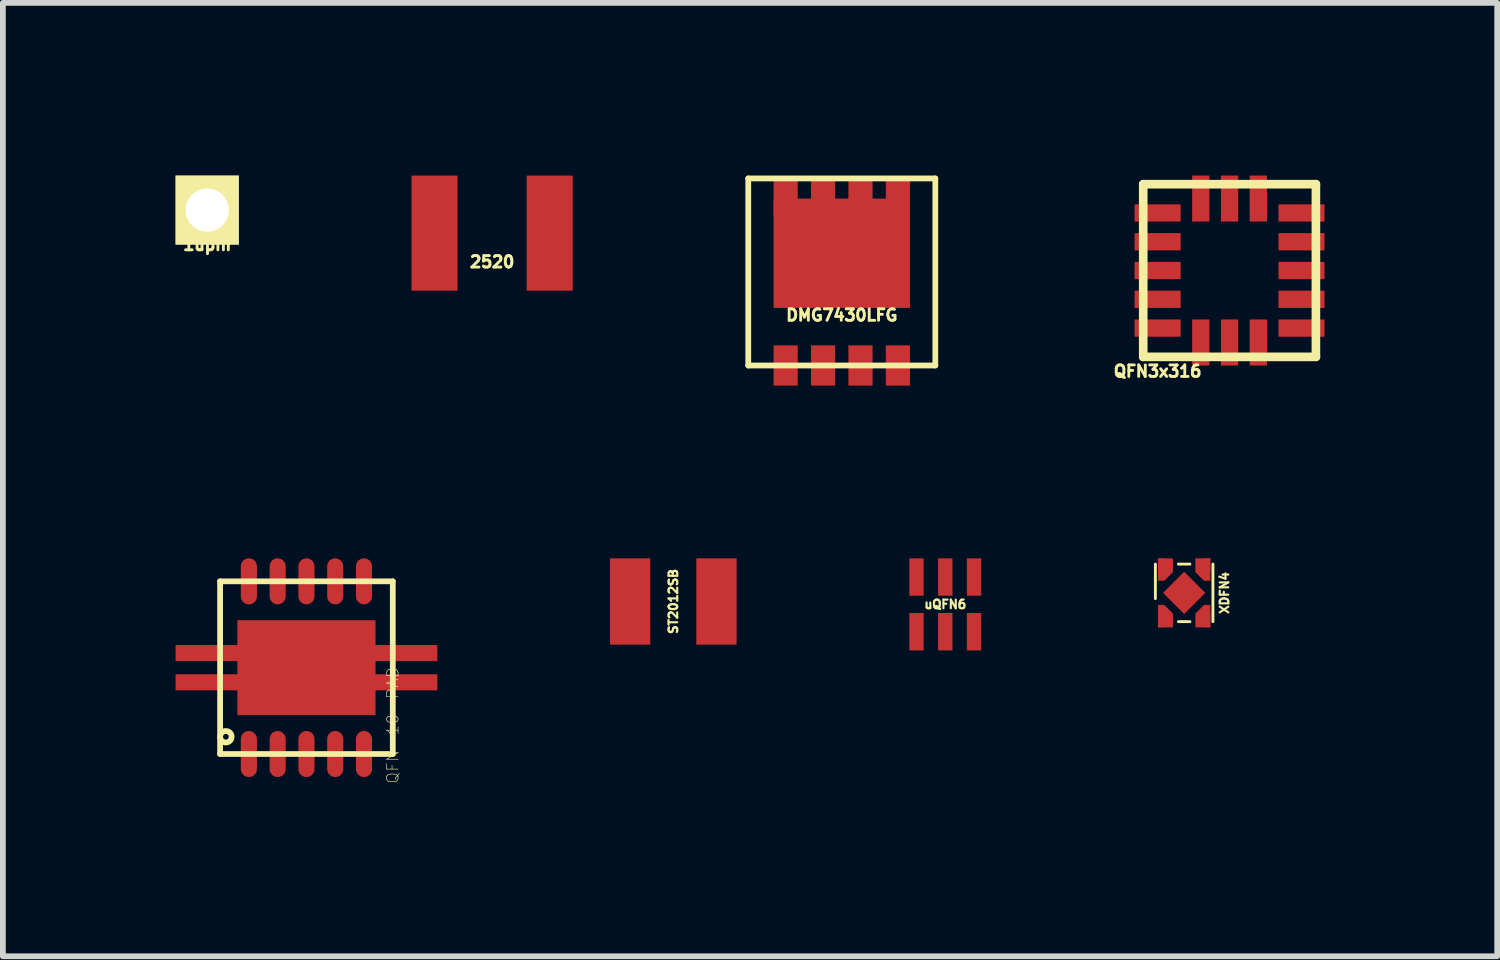
<source format=kicad_pcb>
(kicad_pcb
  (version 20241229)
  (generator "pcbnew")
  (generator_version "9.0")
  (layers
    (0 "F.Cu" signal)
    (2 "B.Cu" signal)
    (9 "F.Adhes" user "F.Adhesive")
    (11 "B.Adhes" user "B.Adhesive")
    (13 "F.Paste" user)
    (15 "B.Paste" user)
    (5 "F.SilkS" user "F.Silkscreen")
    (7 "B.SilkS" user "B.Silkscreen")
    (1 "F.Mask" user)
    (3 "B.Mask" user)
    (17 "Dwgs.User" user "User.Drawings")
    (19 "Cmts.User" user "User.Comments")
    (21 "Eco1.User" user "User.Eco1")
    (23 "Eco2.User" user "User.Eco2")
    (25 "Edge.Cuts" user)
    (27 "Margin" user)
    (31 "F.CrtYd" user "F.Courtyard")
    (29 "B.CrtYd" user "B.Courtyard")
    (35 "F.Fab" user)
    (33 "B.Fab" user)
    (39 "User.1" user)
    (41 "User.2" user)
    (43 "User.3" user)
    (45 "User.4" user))
  (footprint "1upin"
    (layer "F.Cu")
    (at 0.55 0.6)
    (property "Reference" "1upin" (at 0 0.6 0) (layer "F.SilkS") (effects (font (size 0.2 0.2) (thickness 0.05))))
    (attr through_hole)
    (pad "1" thru_hole rect (at 0 0) (size 1.1 1.2) (drill 0.75) (layers "*.Cu" "*.Mask" "F.SilkS")))
  (footprint "QFN3x316"
    (layer "F.Cu")
    (at 18.312 1.65)
    (property "Reference" "QFN3x316" (at -1.25 1.75 0) (layer "F.SilkS") (effects (font (size 0.2 0.2) (thickness 0.05))))
    (attr through_hole)
    (fp_line (start -1.5 -1.5) (end 1.5 -1.5) (stroke (width 0.15) (type solid)) (layer "F.SilkS"))
    (fp_line (start -1.5 1.5) (end -1.5 -1.5) (stroke (width 0.15) (type solid)) (layer "F.SilkS"))
    (fp_line (start 1.5 -1.5) (end 1.5 1.5) (stroke (width 0.15) (type solid)) (layer "F.SilkS"))
    (fp_line (start 1.5 1.5) (end -1.5 1.5) (stroke (width 0.15) (type solid)) (layer "F.SilkS"))
    (pad "1" smd rect (at -1.25 -1) (size 0.8 0.3) (layers "F.Cu" "F.Mask" "F.Paste"))
    (pad "2" smd rect (at -1.25 -0.5) (size 0.8 0.3) (layers "F.Cu" "F.Mask" "F.Paste"))
    (pad "3" smd rect (at -1.25 0) (size 0.8 0.3) (layers "F.Cu" "F.Mask" "F.Paste"))
    (pad "4" smd rect (at -1.25 0.5) (size 0.8 0.3) (layers "F.Cu" "F.Mask" "F.Paste"))
    (pad "5" smd rect (at -1.25 1) (size 0.8 0.3) (layers "F.Cu" "F.Mask" "F.Paste"))
    (pad "6" smd rect (at -0.5 1.25) (size 0.3 0.8) (layers "F.Cu" "F.Mask" "F.Paste"))
    (pad "7" smd rect (at 0 1.25) (size 0.3 0.8) (layers "F.Cu" "F.Mask" "F.Paste"))
    (pad "8" smd rect (at 0.5 1.25) (size 0.3 0.8) (layers "F.Cu" "F.Mask" "F.Paste"))
    (pad "9" smd rect (at 1.25 1) (size 0.8 0.3) (layers "F.Cu" "F.Mask" "F.Paste"))
    (pad "10" smd rect (at 1.25 0.5) (size 0.8 0.3) (layers "F.Cu" "F.Mask" "F.Paste"))
    (pad "11" smd rect (at 1.25 0) (size 0.8 0.3) (layers "F.Cu" "F.Mask" "F.Paste"))
    (pad "12" smd rect (at 1.25 -0.5) (size 0.8 0.3) (layers "F.Cu" "F.Mask" "F.Paste"))
    (pad "13" smd rect (at 1.25 -1) (size 0.8 0.3) (layers "F.Cu" "F.Mask" "F.Paste"))
    (pad "14" smd rect (at 0.5 -1.25) (size 0.3 0.8) (layers "F.Cu" "F.Mask" "F.Paste"))
    (pad "15" smd rect (at 0 -1.25) (size 0.3 0.8) (layers "F.Cu" "F.Mask" "F.Paste"))
    (pad "16" smd rect (at -0.5 -1.25) (size 0.3 0.8) (layers "F.Cu" "F.Mask" "F.Paste")))
  (footprint "2520"
    (layer "F.Cu")
    (at 5.5 1)
    (property "Reference" "2520" (at 0 0.5 0) (layer "F.SilkS") (effects (font (size 0.2 0.2) (thickness 0.05))))
    (attr through_hole)
    (pad "1" smd rect (at -1 0) (size 0.8 2) (layers "F.Cu" "F.Mask" "F.Paste"))
    (pad "2" smd rect (at 1 0) (size 0.8 2) (layers "F.Cu" "F.Mask" "F.Paste")))
  (footprint "QFN-10-PAD"
    (layer "F.Cu")
    (at 2.274 8.55)
    (property "Reference" "QFN-10-PAD" (at 1.5 1 90) (layer "F.SilkS") (effects (font (size 0.2 0.2) (thickness 0.01))))
    (attr through_hole)
    (fp_line (start -1.5 -1.5) (end 1.5 -1.5) (stroke (width 0.1) (type solid)) (layer "F.SilkS"))
    (fp_line (start -1.5 1.5) (end -1.5 -1.5) (stroke (width 0.1) (type solid)) (layer "F.SilkS"))
    (fp_line (start 1.5 -1.5) (end 1.5 1.5) (stroke (width 0.1) (type solid)) (layer "F.SilkS"))
    (fp_line (start 1.5 1.5) (end -1.5 1.5) (stroke (width 0.1) (type solid)) (layer "F.SilkS"))
    (fp_circle (center -1.4 1.2) (end -1.5 1.2) (stroke (width 0.1) (type solid)) (fill no) (layer "F.SilkS"))
    (pad "1" smd oval (at -1 1.5) (size 0.28 0.8) (layers "F.Cu" "F.Mask" "F.Paste"))
    (pad "2" smd oval (at -0.5 1.5) (size 0.28 0.8) (layers "F.Cu" "F.Mask" "F.Paste"))
    (pad "3" smd oval (at 0 1.5) (size 0.28 0.8) (layers "F.Cu" "F.Mask" "F.Paste"))
    (pad "4" smd oval (at 0.5 1.5) (size 0.28 0.8) (layers "F.Cu" "F.Mask" "F.Paste"))
    (pad "5" smd oval (at 1 1.5) (size 0.28 0.8) (layers "F.Cu" "F.Mask" "F.Paste"))
    (pad "6" smd oval (at 1 -1.5) (size 0.28 0.8) (layers "F.Cu" "F.Mask" "F.Paste"))
    (pad "7" smd oval (at 0.5 -1.5) (size 0.28 0.8) (layers "F.Cu" "F.Mask" "F.Paste"))
    (pad "8" smd oval (at 0 -1.5) (size 0.28 0.8) (layers "F.Cu" "F.Mask" "F.Paste"))
    (pad "9" smd oval (at -0.5 -1.5) (size 0.28 0.8) (layers "F.Cu" "F.Mask" "F.Paste"))
    (pad "10" smd oval (at -1 -1.5) (size 0.28 0.8) (layers "F.Cu" "F.Mask" "F.Paste"))
    (pad "11" smd rect (at 0 0) (size 2.4 1.65) (layers "F.Cu" "F.Mask" "F.Paste"))
    (pad "12" smd rect (at -1.524 -0.254) (size 1.5 0.28) (layers "F.Cu" "F.Mask" "F.Paste"))
    (pad "13" smd rect (at -1.524 0.254) (size 1.5 0.28) (layers "F.Cu" "F.Mask" "F.Paste"))
    (pad "14" smd rect (at 1.524 -0.254) (size 1.5 0.28) (layers "F.Cu" "F.Mask" "F.Paste"))
    (pad "15" smd rect (at 1.524 0.254) (size 1.5 0.28) (layers "F.Cu" "F.Mask" "F.Paste")))
  (footprint "DMG7430LFG"
    (layer "F.Cu")
    (at 11.575 1.675)
    (property "Reference" "DMG7430LFG" (at 0 0.75 0) (layer "F.SilkS") (effects (font (size 0.2 0.2) (thickness 0.05))))
    (attr through_hole)
    (fp_line (start -1.625 -1.625) (end -1.625 1.625) (stroke (width 0.1) (type solid)) (layer "F.SilkS"))
    (fp_line (start -1.625 1.625) (end 1.625 1.625) (stroke (width 0.1) (type solid)) (layer "F.SilkS"))
    (fp_line (start 1.625 -1.625) (end -1.625 -1.625) (stroke (width 0.1) (type solid)) (layer "F.SilkS"))
    (fp_line (start 1.625 1.625) (end 1.625 -1.625) (stroke (width 0.1) (type solid)) (layer "F.SilkS"))
    (pad "1" smd rect (at -0.975 -1.3) (size 0.42 0.7) (layers "F.Cu" "F.Mask" "F.Paste"))
    (pad "1" smd rect (at -0.325 -1.3) (size 0.42 0.7) (layers "F.Cu" "F.Mask" "F.Paste"))
    (pad "1" smd rect (at 0 -0.325) (size 2.37 1.9) (layers "F.Cu" "F.Mask" "F.Paste"))
    (pad "1" smd rect (at 0.325 -1.3) (size 0.42 0.7) (layers "F.Cu" "F.Mask" "F.Paste"))
    (pad "1" smd rect (at 0.975 -1.3) (size 0.42 0.7) (layers "F.Cu" "F.Mask" "F.Paste"))
    (pad "2" smd rect (at 0.975 1.625) (size 0.42 0.7) (layers "F.Cu" "F.Mask" "F.Paste"))
    (pad "3" smd rect (at -0.975 1.625) (size 0.42 0.7) (layers "F.Cu" "F.Mask" "F.Paste"))
    (pad "3" smd rect (at -0.325 1.625) (size 0.42 0.7) (layers "F.Cu" "F.Mask" "F.Paste"))
    (pad "3" smd rect (at 0.325 1.625) (size 0.42 0.7) (layers "F.Cu" "F.Mask" "F.Paste")))
  (footprint "ST2012SB"
    (layer "F.Cu")
    (at 8.648 7.4)
    (property "Reference" "ST2012SB" (at 0 0 90) (layer "F.SilkS") (effects (font (size 0.15 0.15) (thickness 0.037))))
    (attr through_hole)
    (pad "1" smd rect (at -0.75 0) (size 0.7 1.5) (layers "F.Cu" "F.Mask" "F.Paste"))
    (pad "2" smd rect (at 0.75 0) (size 0.7 1.5) (layers "F.Cu" "F.Mask" "F.Paste")))
  (footprint "XDFN4"
    (layer "F.Cu")
    (at 17.523 7.25)
    (property "Reference" "XDFN4" (at 0.7 0 90) (layer "F.SilkS") (effects (font (size 0.15 0.15) (thickness 0.037))))
    (attr through_hole)
    (fp_line (start -0.5 -0.5) (end -0.5 0.1) (stroke (width 0.05) (type solid)) (layer "F.SilkS"))
    (fp_line (start -0.1 -0.5) (end 0.1 -0.5) (stroke (width 0.05) (type solid)) (layer "F.SilkS"))
    (fp_line (start -0.1 0.5) (end 0.1 0.5) (stroke (width 0.05) (type solid)) (layer "F.SilkS"))
    (fp_line (start 0.5 0.5) (end 0.5 -0.5) (stroke (width 0.05) (type solid)) (layer "F.SilkS"))
    (pad "1" smd rect (at -0.455 0.6) (size 0.11 0.39) (drill (offset 0.055 -0.195)) (layers "F.Cu" "F.Mask" "F.Paste"))
    (pad "1" smd rect (at -0.455 0.6) (size 0.26 0.24) (drill (offset 0.13 -0.12)) (layers "F.Cu" "F.Mask" "F.Paste"))
    (pad "1" smd trapezoid (at -0.195 0.36 225) (size 0.12 0.212) (drill (offset 0.06 0.106)) (layers "F.Cu" "F.Mask" "F.Paste"))
    (pad "2" smd trapezoid (at 0.195 0.36 135) (size 0.12 0.212) (drill (offset -0.06 0.106)) (layers "F.Cu" "F.Mask" "F.Paste"))
    (pad "2" smd rect (at 0.455 0.6) (size 0.11 0.39) (drill (offset -0.055 -0.195)) (layers "F.Cu" "F.Mask" "F.Paste"))
    (pad "2" smd rect (at 0.455 0.6) (size 0.26 0.24) (drill (offset -0.13 -0.12)) (layers "F.Cu" "F.Mask" "F.Paste"))
    (pad "3" smd trapezoid (at 0.195 -0.36 225) (size 0.12 0.212) (drill (offset -0.06 -0.106)) (layers "F.Cu" "F.Mask" "F.Paste"))
    (pad "3" smd rect (at 0.455 -0.6) (size 0.11 0.39) (drill (offset -0.055 0.195)) (layers "F.Cu" "F.Mask" "F.Paste"))
    (pad "3" smd rect (at 0.455 -0.6) (size 0.26 0.24) (drill (offset -0.13 0.12)) (layers "F.Cu" "F.Mask" "F.Paste"))
    (pad "4" smd rect (at -0.455 -0.6) (size 0.11 0.39) (drill (offset 0.055 0.195)) (layers "F.Cu" "F.Mask" "F.Paste"))
    (pad "4" smd rect (at -0.455 -0.6) (size 0.26 0.24) (drill (offset 0.13 0.12)) (layers "F.Cu" "F.Mask" "F.Paste"))
    (pad "4" smd trapezoid (at -0.195 -0.36 135) (size 0.12 0.212) (drill (offset 0.06 -0.106)) (layers "F.Cu" "F.Mask" "F.Paste"))
    (pad "5" smd rect (at 0 0 45) (size 0.52 0.52) (layers "F.Cu" "F.Mask" "F.Paste")))
  (footprint "uQFN6"
    (layer "F.Cu")
    (at 13.373 7.45)
    (property "Reference" "uQFN6" (at 0 0 0) (layer "F.SilkS") (effects (font (size 0.15 0.15) (thickness 0.037))))
    (attr through_hole)
    (pad "1" smd rect (at -0.5 0.475) (size 0.25 0.65) (layers "F.Cu" "F.Mask" "F.Paste"))
    (pad "2" smd rect (at 0 0.475) (size 0.25 0.65) (layers "F.Cu" "F.Mask" "F.Paste"))
    (pad "3" smd rect (at 0.5 0.475) (size 0.25 0.65) (layers "F.Cu" "F.Mask" "F.Paste"))
    (pad "4" smd rect (at 0.5 -0.475) (size 0.25 0.65) (layers "F.Cu" "F.Mask" "F.Paste"))
    (pad "5" smd rect (at 0 -0.475) (size 0.25 0.65) (layers "F.Cu" "F.Mask" "F.Paste"))
    (pad "6" smd rect (at -0.5 -0.475) (size 0.25 0.65) (layers "F.Cu" "F.Mask" "F.Paste")))
  (gr_rect
    (start -3 -3)
    (end 22.962 13.564)
    (stroke (width 0.1) (type default))
    (fill no)
    (layer "Edge.Cuts")))
</source>
